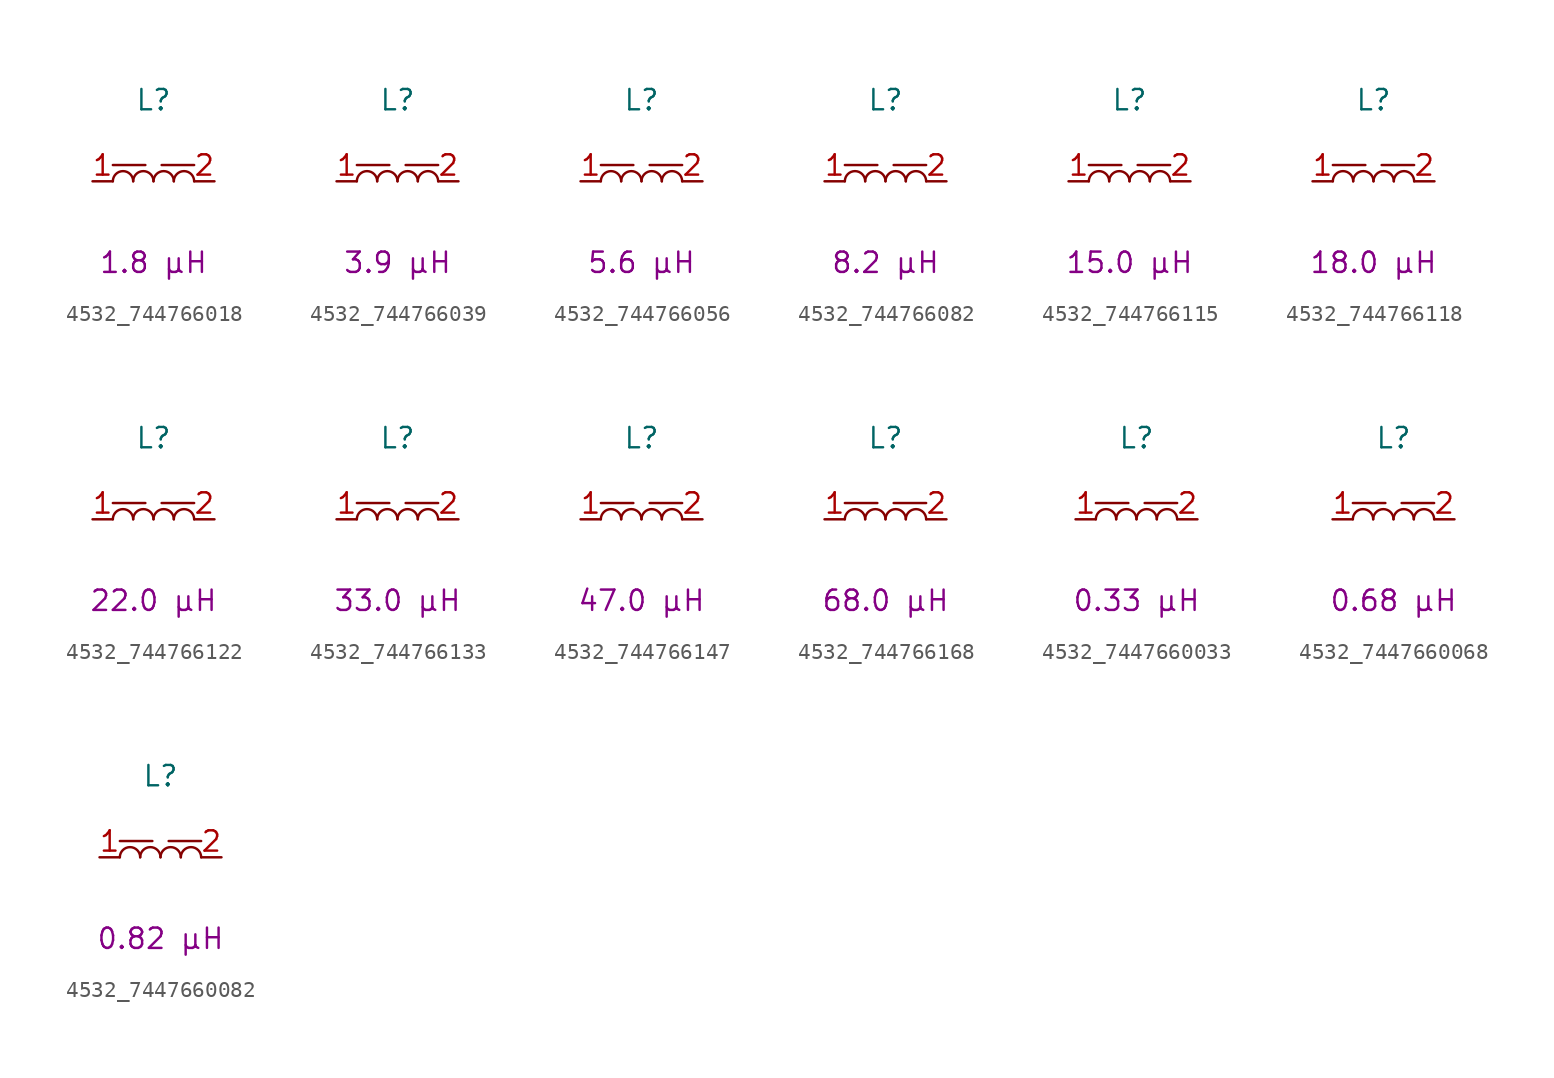
<source format=kicad_sym>
(kicad_symbol_lib
  (version 20220914)
  (generator kicad_symbol_editor)
  (symbol "4532_744766018"
    (pin_names hide)
    (property "Reference" "L"
      (at 0 5.08 0)
      (effects (font (size 1.27 1.27))))
    (property "Critical Parameter" "1.8 µH"
      (at 0 -5.08 0)
      (effects (font (size 1.27 1.27))))
    (symbol "4532_744766018_0_1"
      (arc (start -1.27 0) (mid -1.905 0.6323) (end -2.54 0) (stroke (width 0) (type default)) (fill (type none)))
      (arc (start 0 0) (mid -0.635 0.6323) (end -1.27 0) (stroke (width 0) (type default)) (fill (type none)))
      (polyline (pts (xy -2.54 1.016) (xy -0.508 1.016)) (stroke (width 0) (type default)) (fill (type none)))
      (arc (start 1.27 0) (mid 0.635 0.6323) (end 0 0) (stroke (width 0) (type default)) (fill (type none)))
      (arc (start 2.54 0) (mid 1.905 0.6323) (end 1.27 0) (stroke (width 0) (type default)) (fill (type none))))
    (symbol "4532_744766018_1_1"
      (polyline (pts (xy 2.54 1.016) (xy 0.508 1.016)) (stroke (width 0) (type default)) (fill (type none)))
      (pin passive line (at -3.81 0 0) (length 1.27) (name "1" (effects (font (size 1.27 1.27)))) (number "1" (effects (font (size 1.27 1.27)))))
      (pin passive line (at 3.81 0 180) (length 1.27) (name "2" (effects (font (size 1.27 1.27)))) (number "2" (effects (font (size 1.27 1.27)))))))
  (symbol "4532_744766039"
    (pin_names hide)
    (property "Reference" "L"
      (at 0 5.08 0)
      (effects (font (size 1.27 1.27))))
    (property "Critical Parameter" "3.9 µH"
      (at 0 -5.08 0)
      (effects (font (size 1.27 1.27))))
    (symbol "4532_744766039_0_1"
      (arc (start -1.27 0) (mid -1.905 0.6323) (end -2.54 0) (stroke (width 0) (type default)) (fill (type none)))
      (arc (start 0 0) (mid -0.635 0.6323) (end -1.27 0) (stroke (width 0) (type default)) (fill (type none)))
      (polyline (pts (xy -2.54 1.016) (xy -0.508 1.016)) (stroke (width 0) (type default)) (fill (type none)))
      (arc (start 1.27 0) (mid 0.635 0.6323) (end 0 0) (stroke (width 0) (type default)) (fill (type none)))
      (arc (start 2.54 0) (mid 1.905 0.6323) (end 1.27 0) (stroke (width 0) (type default)) (fill (type none))))
    (symbol "4532_744766039_1_1"
      (polyline (pts (xy 2.54 1.016) (xy 0.508 1.016)) (stroke (width 0) (type default)) (fill (type none)))
      (pin passive line (at -3.81 0 0) (length 1.27) (name "1" (effects (font (size 1.27 1.27)))) (number "1" (effects (font (size 1.27 1.27)))))
      (pin passive line (at 3.81 0 180) (length 1.27) (name "2" (effects (font (size 1.27 1.27)))) (number "2" (effects (font (size 1.27 1.27)))))))
  (symbol "4532_744766056"
    (pin_names hide)
    (property "Reference" "L"
      (at 0 5.08 0)
      (effects (font (size 1.27 1.27))))
    (property "Critical Parameter" "5.6 µH"
      (at 0 -5.08 0)
      (effects (font (size 1.27 1.27))))
    (symbol "4532_744766056_0_1"
      (arc (start -1.27 0) (mid -1.905 0.6323) (end -2.54 0) (stroke (width 0) (type default)) (fill (type none)))
      (arc (start 0 0) (mid -0.635 0.6323) (end -1.27 0) (stroke (width 0) (type default)) (fill (type none)))
      (polyline (pts (xy -2.54 1.016) (xy -0.508 1.016)) (stroke (width 0) (type default)) (fill (type none)))
      (arc (start 1.27 0) (mid 0.635 0.6323) (end 0 0) (stroke (width 0) (type default)) (fill (type none)))
      (arc (start 2.54 0) (mid 1.905 0.6323) (end 1.27 0) (stroke (width 0) (type default)) (fill (type none))))
    (symbol "4532_744766056_1_1"
      (polyline (pts (xy 2.54 1.016) (xy 0.508 1.016)) (stroke (width 0) (type default)) (fill (type none)))
      (pin passive line (at -3.81 0 0) (length 1.27) (name "1" (effects (font (size 1.27 1.27)))) (number "1" (effects (font (size 1.27 1.27)))))
      (pin passive line (at 3.81 0 180) (length 1.27) (name "2" (effects (font (size 1.27 1.27)))) (number "2" (effects (font (size 1.27 1.27)))))))
  (symbol "4532_744766082"
    (pin_names hide)
    (property "Reference" "L"
      (at 0 5.08 0)
      (effects (font (size 1.27 1.27))))
    (property "Critical Parameter" "8.2 µH"
      (at 0 -5.08 0)
      (effects (font (size 1.27 1.27))))
    (symbol "4532_744766082_0_1"
      (arc (start -1.27 0) (mid -1.905 0.6323) (end -2.54 0) (stroke (width 0) (type default)) (fill (type none)))
      (arc (start 0 0) (mid -0.635 0.6323) (end -1.27 0) (stroke (width 0) (type default)) (fill (type none)))
      (polyline (pts (xy -2.54 1.016) (xy -0.508 1.016)) (stroke (width 0) (type default)) (fill (type none)))
      (arc (start 1.27 0) (mid 0.635 0.6323) (end 0 0) (stroke (width 0) (type default)) (fill (type none)))
      (arc (start 2.54 0) (mid 1.905 0.6323) (end 1.27 0) (stroke (width 0) (type default)) (fill (type none))))
    (symbol "4532_744766082_1_1"
      (polyline (pts (xy 2.54 1.016) (xy 0.508 1.016)) (stroke (width 0) (type default)) (fill (type none)))
      (pin passive line (at -3.81 0 0) (length 1.27) (name "1" (effects (font (size 1.27 1.27)))) (number "1" (effects (font (size 1.27 1.27)))))
      (pin passive line (at 3.81 0 180) (length 1.27) (name "2" (effects (font (size 1.27 1.27)))) (number "2" (effects (font (size 1.27 1.27)))))))
  (symbol "4532_744766115"
    (pin_names hide)
    (property "Reference" "L"
      (at 0 5.08 0)
      (effects (font (size 1.27 1.27))))
    (property "Critical Parameter" "15.0 µH"
      (at 0 -5.08 0)
      (effects (font (size 1.27 1.27))))
    (symbol "4532_744766115_0_1"
      (arc (start -1.27 0) (mid -1.905 0.6323) (end -2.54 0) (stroke (width 0) (type default)) (fill (type none)))
      (arc (start 0 0) (mid -0.635 0.6323) (end -1.27 0) (stroke (width 0) (type default)) (fill (type none)))
      (polyline (pts (xy -2.54 1.016) (xy -0.508 1.016)) (stroke (width 0) (type default)) (fill (type none)))
      (arc (start 1.27 0) (mid 0.635 0.6323) (end 0 0) (stroke (width 0) (type default)) (fill (type none)))
      (arc (start 2.54 0) (mid 1.905 0.6323) (end 1.27 0) (stroke (width 0) (type default)) (fill (type none))))
    (symbol "4532_744766115_1_1"
      (polyline (pts (xy 2.54 1.016) (xy 0.508 1.016)) (stroke (width 0) (type default)) (fill (type none)))
      (pin passive line (at -3.81 0 0) (length 1.27) (name "1" (effects (font (size 1.27 1.27)))) (number "1" (effects (font (size 1.27 1.27)))))
      (pin passive line (at 3.81 0 180) (length 1.27) (name "2" (effects (font (size 1.27 1.27)))) (number "2" (effects (font (size 1.27 1.27)))))))
  (symbol "4532_744766118"
    (pin_names hide)
    (property "Reference" "L"
      (at 0 5.08 0)
      (effects (font (size 1.27 1.27))))
    (property "Critical Parameter" "18.0 µH"
      (at 0 -5.08 0)
      (effects (font (size 1.27 1.27))))
    (symbol "4532_744766118_0_1"
      (arc (start -1.27 0) (mid -1.905 0.6323) (end -2.54 0) (stroke (width 0) (type default)) (fill (type none)))
      (arc (start 0 0) (mid -0.635 0.6323) (end -1.27 0) (stroke (width 0) (type default)) (fill (type none)))
      (polyline (pts (xy -2.54 1.016) (xy -0.508 1.016)) (stroke (width 0) (type default)) (fill (type none)))
      (arc (start 1.27 0) (mid 0.635 0.6323) (end 0 0) (stroke (width 0) (type default)) (fill (type none)))
      (arc (start 2.54 0) (mid 1.905 0.6323) (end 1.27 0) (stroke (width 0) (type default)) (fill (type none))))
    (symbol "4532_744766118_1_1"
      (polyline (pts (xy 2.54 1.016) (xy 0.508 1.016)) (stroke (width 0) (type default)) (fill (type none)))
      (pin passive line (at -3.81 0 0) (length 1.27) (name "1" (effects (font (size 1.27 1.27)))) (number "1" (effects (font (size 1.27 1.27)))))
      (pin passive line (at 3.81 0 180) (length 1.27) (name "2" (effects (font (size 1.27 1.27)))) (number "2" (effects (font (size 1.27 1.27)))))))
  (symbol "4532_744766122"
    (pin_names hide)
    (property "Reference" "L"
      (at 0 5.08 0)
      (effects (font (size 1.27 1.27))))
    (property "Critical Parameter" "22.0 µH"
      (at 0 -5.08 0)
      (effects (font (size 1.27 1.27))))
    (symbol "4532_744766122_0_1"
      (arc (start -1.27 0) (mid -1.905 0.6323) (end -2.54 0) (stroke (width 0) (type default)) (fill (type none)))
      (arc (start 0 0) (mid -0.635 0.6323) (end -1.27 0) (stroke (width 0) (type default)) (fill (type none)))
      (polyline (pts (xy -2.54 1.016) (xy -0.508 1.016)) (stroke (width 0) (type default)) (fill (type none)))
      (arc (start 1.27 0) (mid 0.635 0.6323) (end 0 0) (stroke (width 0) (type default)) (fill (type none)))
      (arc (start 2.54 0) (mid 1.905 0.6323) (end 1.27 0) (stroke (width 0) (type default)) (fill (type none))))
    (symbol "4532_744766122_1_1"
      (polyline (pts (xy 2.54 1.016) (xy 0.508 1.016)) (stroke (width 0) (type default)) (fill (type none)))
      (pin passive line (at -3.81 0 0) (length 1.27) (name "1" (effects (font (size 1.27 1.27)))) (number "1" (effects (font (size 1.27 1.27)))))
      (pin passive line (at 3.81 0 180) (length 1.27) (name "2" (effects (font (size 1.27 1.27)))) (number "2" (effects (font (size 1.27 1.27)))))))
  (symbol "4532_744766133"
    (pin_names hide)
    (property "Reference" "L"
      (at 0 5.08 0)
      (effects (font (size 1.27 1.27))))
    (property "Critical Parameter" "33.0 µH"
      (at 0 -5.08 0)
      (effects (font (size 1.27 1.27))))
    (symbol "4532_744766133_0_1"
      (arc (start -1.27 0) (mid -1.905 0.6323) (end -2.54 0) (stroke (width 0) (type default)) (fill (type none)))
      (arc (start 0 0) (mid -0.635 0.6323) (end -1.27 0) (stroke (width 0) (type default)) (fill (type none)))
      (polyline (pts (xy -2.54 1.016) (xy -0.508 1.016)) (stroke (width 0) (type default)) (fill (type none)))
      (arc (start 1.27 0) (mid 0.635 0.6323) (end 0 0) (stroke (width 0) (type default)) (fill (type none)))
      (arc (start 2.54 0) (mid 1.905 0.6323) (end 1.27 0) (stroke (width 0) (type default)) (fill (type none))))
    (symbol "4532_744766133_1_1"
      (polyline (pts (xy 2.54 1.016) (xy 0.508 1.016)) (stroke (width 0) (type default)) (fill (type none)))
      (pin passive line (at -3.81 0 0) (length 1.27) (name "1" (effects (font (size 1.27 1.27)))) (number "1" (effects (font (size 1.27 1.27)))))
      (pin passive line (at 3.81 0 180) (length 1.27) (name "2" (effects (font (size 1.27 1.27)))) (number "2" (effects (font (size 1.27 1.27)))))))
  (symbol "4532_744766147"
    (pin_names hide)
    (property "Reference" "L"
      (at 0 5.08 0)
      (effects (font (size 1.27 1.27))))
    (property "Critical Parameter" "47.0 µH"
      (at 0 -5.08 0)
      (effects (font (size 1.27 1.27))))
    (symbol "4532_744766147_0_1"
      (arc (start -1.27 0) (mid -1.905 0.6323) (end -2.54 0) (stroke (width 0) (type default)) (fill (type none)))
      (arc (start 0 0) (mid -0.635 0.6323) (end -1.27 0) (stroke (width 0) (type default)) (fill (type none)))
      (polyline (pts (xy -2.54 1.016) (xy -0.508 1.016)) (stroke (width 0) (type default)) (fill (type none)))
      (arc (start 1.27 0) (mid 0.635 0.6323) (end 0 0) (stroke (width 0) (type default)) (fill (type none)))
      (arc (start 2.54 0) (mid 1.905 0.6323) (end 1.27 0) (stroke (width 0) (type default)) (fill (type none))))
    (symbol "4532_744766147_1_1"
      (polyline (pts (xy 2.54 1.016) (xy 0.508 1.016)) (stroke (width 0) (type default)) (fill (type none)))
      (pin passive line (at -3.81 0 0) (length 1.27) (name "1" (effects (font (size 1.27 1.27)))) (number "1" (effects (font (size 1.27 1.27)))))
      (pin passive line (at 3.81 0 180) (length 1.27) (name "2" (effects (font (size 1.27 1.27)))) (number "2" (effects (font (size 1.27 1.27)))))))
  (symbol "4532_744766168"
    (pin_names hide)
    (property "Reference" "L"
      (at 0 5.08 0)
      (effects (font (size 1.27 1.27))))
    (property "Critical Parameter" "68.0 µH"
      (at 0 -5.08 0)
      (effects (font (size 1.27 1.27))))
    (symbol "4532_744766168_0_1"
      (arc (start -1.27 0) (mid -1.905 0.6323) (end -2.54 0) (stroke (width 0) (type default)) (fill (type none)))
      (arc (start 0 0) (mid -0.635 0.6323) (end -1.27 0) (stroke (width 0) (type default)) (fill (type none)))
      (polyline (pts (xy -2.54 1.016) (xy -0.508 1.016)) (stroke (width 0) (type default)) (fill (type none)))
      (arc (start 1.27 0) (mid 0.635 0.6323) (end 0 0) (stroke (width 0) (type default)) (fill (type none)))
      (arc (start 2.54 0) (mid 1.905 0.6323) (end 1.27 0) (stroke (width 0) (type default)) (fill (type none))))
    (symbol "4532_744766168_1_1"
      (polyline (pts (xy 2.54 1.016) (xy 0.508 1.016)) (stroke (width 0) (type default)) (fill (type none)))
      (pin passive line (at -3.81 0 0) (length 1.27) (name "1" (effects (font (size 1.27 1.27)))) (number "1" (effects (font (size 1.27 1.27)))))
      (pin passive line (at 3.81 0 180) (length 1.27) (name "2" (effects (font (size 1.27 1.27)))) (number "2" (effects (font (size 1.27 1.27)))))))
  (symbol "4532_7447660033"
    (pin_names hide)
    (property "Reference" "L"
      (at 0 5.08 0)
      (effects (font (size 1.27 1.27))))
    (property "Critical Parameter" "0.33 µH"
      (at 0 -5.08 0)
      (effects (font (size 1.27 1.27))))
    (symbol "4532_7447660033_0_1"
      (arc (start -1.27 0) (mid -1.905 0.6323) (end -2.54 0) (stroke (width 0) (type default)) (fill (type none)))
      (arc (start 0 0) (mid -0.635 0.6323) (end -1.27 0) (stroke (width 0) (type default)) (fill (type none)))
      (polyline (pts (xy -2.54 1.016) (xy -0.508 1.016)) (stroke (width 0) (type default)) (fill (type none)))
      (arc (start 1.27 0) (mid 0.635 0.6323) (end 0 0) (stroke (width 0) (type default)) (fill (type none)))
      (arc (start 2.54 0) (mid 1.905 0.6323) (end 1.27 0) (stroke (width 0) (type default)) (fill (type none))))
    (symbol "4532_7447660033_1_1"
      (polyline (pts (xy 2.54 1.016) (xy 0.508 1.016)) (stroke (width 0) (type default)) (fill (type none)))
      (pin passive line (at -3.81 0 0) (length 1.27) (name "1" (effects (font (size 1.27 1.27)))) (number "1" (effects (font (size 1.27 1.27)))))
      (pin passive line (at 3.81 0 180) (length 1.27) (name "2" (effects (font (size 1.27 1.27)))) (number "2" (effects (font (size 1.27 1.27)))))))
  (symbol "4532_7447660068"
    (pin_names hide)
    (property "Reference" "L"
      (at 0 5.08 0)
      (effects (font (size 1.27 1.27))))
    (property "Critical Parameter" "0.68 µH"
      (at 0 -5.08 0)
      (effects (font (size 1.27 1.27))))
    (symbol "4532_7447660068_0_1"
      (arc (start -1.27 0) (mid -1.905 0.6323) (end -2.54 0) (stroke (width 0) (type default)) (fill (type none)))
      (arc (start 0 0) (mid -0.635 0.6323) (end -1.27 0) (stroke (width 0) (type default)) (fill (type none)))
      (polyline (pts (xy -2.54 1.016) (xy -0.508 1.016)) (stroke (width 0) (type default)) (fill (type none)))
      (arc (start 1.27 0) (mid 0.635 0.6323) (end 0 0) (stroke (width 0) (type default)) (fill (type none)))
      (arc (start 2.54 0) (mid 1.905 0.6323) (end 1.27 0) (stroke (width 0) (type default)) (fill (type none))))
    (symbol "4532_7447660068_1_1"
      (polyline (pts (xy 2.54 1.016) (xy 0.508 1.016)) (stroke (width 0) (type default)) (fill (type none)))
      (pin passive line (at -3.81 0 0) (length 1.27) (name "1" (effects (font (size 1.27 1.27)))) (number "1" (effects (font (size 1.27 1.27)))))
      (pin passive line (at 3.81 0 180) (length 1.27) (name "2" (effects (font (size 1.27 1.27)))) (number "2" (effects (font (size 1.27 1.27)))))))
  (symbol "4532_7447660082"
    (pin_names hide)
    (property "Reference" "L"
      (at 0 5.08 0)
      (effects (font (size 1.27 1.27))))
    (property "Critical Parameter" "0.82 µH"
      (at 0 -5.08 0)
      (effects (font (size 1.27 1.27))))
    (symbol "4532_7447660082_0_1"
      (arc (start -1.27 0) (mid -1.905 0.6323) (end -2.54 0) (stroke (width 0) (type default)) (fill (type none)))
      (arc (start 0 0) (mid -0.635 0.6323) (end -1.27 0) (stroke (width 0) (type default)) (fill (type none)))
      (polyline (pts (xy -2.54 1.016) (xy -0.508 1.016)) (stroke (width 0) (type default)) (fill (type none)))
      (arc (start 1.27 0) (mid 0.635 0.6323) (end 0 0) (stroke (width 0) (type default)) (fill (type none)))
      (arc (start 2.54 0) (mid 1.905 0.6323) (end 1.27 0) (stroke (width 0) (type default)) (fill (type none))))
    (symbol "4532_7447660082_1_1"
      (polyline (pts (xy 2.54 1.016) (xy 0.508 1.016)) (stroke (width 0) (type default)) (fill (type none)))
      (pin passive line (at -3.81 0 0) (length 1.27) (name "1" (effects (font (size 1.27 1.27)))) (number "1" (effects (font (size 1.27 1.27)))))
      (pin passive line (at 3.81 0 180) (length 1.27) (name "2" (effects (font (size 1.27 1.27)))) (number "2" (effects (font (size 1.27 1.27))))))))
</source>
